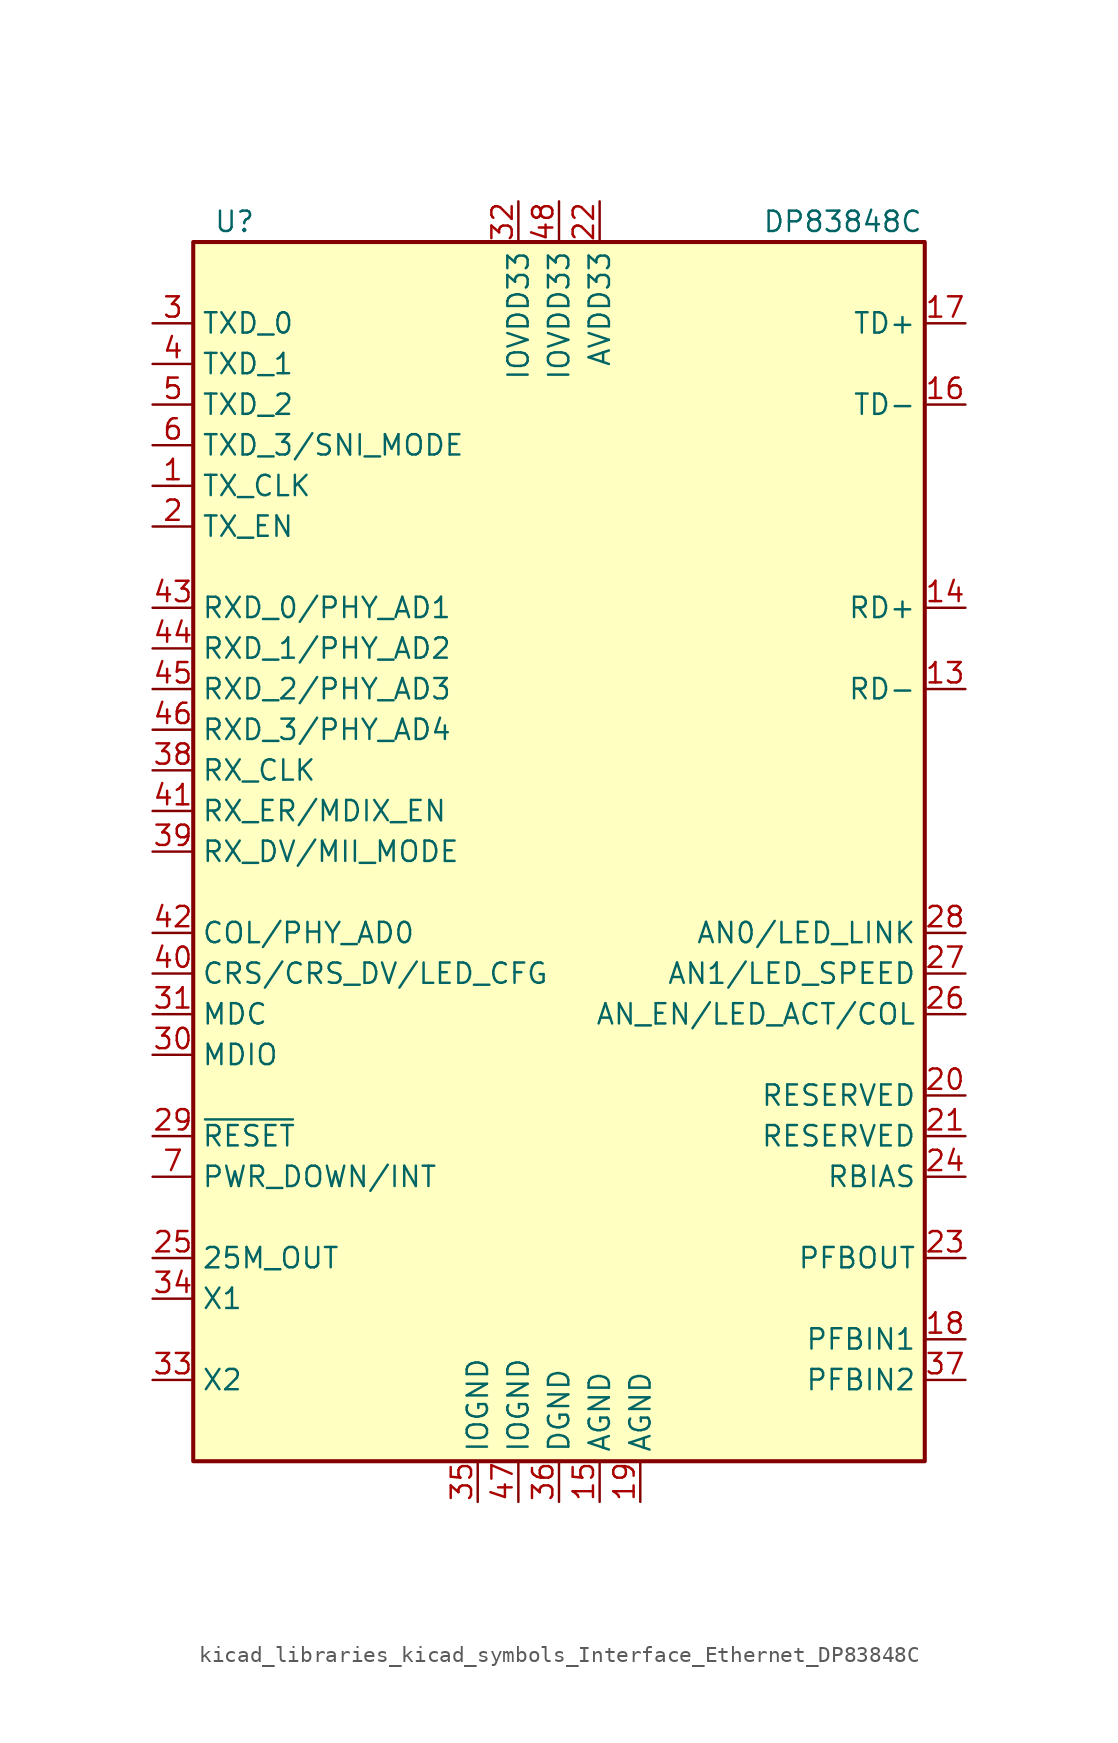
<source format=kicad_sym>
(kicad_symbol_lib
  (version 20220914)
  (generator kicad_symbol_editor)
  (symbol "kicad_libraries_kicad_symbols_Interface_Ethernet_DP83848C"
    (property "Reference" "U"
      (at -21.59 39.37 0)
      (effects (font (size 1.27 1.27)) (justify left)))
    (property "Value" "DP83848C"
      (at 12.7 39.37 0)
      (effects (font (size 1.27 1.27)) (justify left)))
    (symbol "kicad_libraries_kicad_symbols_Interface_Ethernet_DP83848C_0_1"
      (rectangle (start -22.86 38.1) (end 22.86 -38.1) (stroke (width 0.254) (type default)) (fill (type background))))
    (symbol "kicad_libraries_kicad_symbols_Interface_Ethernet_DP83848C_1_1"
      (pin output line (at -25.4 22.86 0) (length 2.54) (name "TX_CLK" (effects (font (size 1.27 1.27)))) (number "1" (effects (font (size 1.27 1.27)))))
      (pin passive line (at 25.4 10.16 180) (length 2.54) (name "RD-" (effects (font (size 1.27 1.27)))) (number "13" (effects (font (size 1.27 1.27)))))
      (pin passive line (at 25.4 15.24 180) (length 2.54) (name "RD+" (effects (font (size 1.27 1.27)))) (number "14" (effects (font (size 1.27 1.27)))))
      (pin power_in line (at 2.54 -40.64 90) (length 2.54) (name "AGND" (effects (font (size 1.27 1.27)))) (number "15" (effects (font (size 1.27 1.27)))))
      (pin passive line (at 25.4 27.94 180) (length 2.54) (name "TD-" (effects (font (size 1.27 1.27)))) (number "16" (effects (font (size 1.27 1.27)))))
      (pin passive line (at 25.4 33.02 180) (length 2.54) (name "TD+" (effects (font (size 1.27 1.27)))) (number "17" (effects (font (size 1.27 1.27)))))
      (pin passive line (at 25.4 -30.48 180) (length 2.54) (name "PFBIN1" (effects (font (size 1.27 1.27)))) (number "18" (effects (font (size 1.27 1.27)))))
      (pin power_in line (at 5.08 -40.64 90) (length 2.54) (name "AGND" (effects (font (size 1.27 1.27)))) (number "19" (effects (font (size 1.27 1.27)))))
      (pin input line (at -25.4 20.32 0) (length 2.54) (name "TX_EN" (effects (font (size 1.27 1.27)))) (number "2" (effects (font (size 1.27 1.27)))))
      (pin passive line (at 25.4 -15.24 180) (length 2.54) (name "RESERVED" (effects (font (size 1.27 1.27)))) (number "20" (effects (font (size 1.27 1.27)))))
      (pin passive line (at 25.4 -17.78 180) (length 2.54) (name "RESERVED" (effects (font (size 1.27 1.27)))) (number "21" (effects (font (size 1.27 1.27)))))
      (pin power_in line (at 2.54 40.64 270) (length 2.54) (name "AVDD33" (effects (font (size 1.27 1.27)))) (number "22" (effects (font (size 1.27 1.27)))))
      (pin passive line (at 25.4 -25.4 180) (length 2.54) (name "PFBOUT" (effects (font (size 1.27 1.27)))) (number "23" (effects (font (size 1.27 1.27)))))
      (pin passive line (at 25.4 -20.32 180) (length 2.54) (name "RBIAS" (effects (font (size 1.27 1.27)))) (number "24" (effects (font (size 1.27 1.27)))))
      (pin output line (at -25.4 -25.4 0) (length 2.54) (name "25M_OUT" (effects (font (size 1.27 1.27)))) (number "25" (effects (font (size 1.27 1.27)))))
      (pin output line (at 25.4 -10.16 180) (length 2.54) (name "AN_EN/LED_ACT/COL" (effects (font (size 1.27 1.27)))) (number "26" (effects (font (size 1.27 1.27)))))
      (pin output line (at 25.4 -7.62 180) (length 2.54) (name "AN1/LED_SPEED" (effects (font (size 1.27 1.27)))) (number "27" (effects (font (size 1.27 1.27)))))
      (pin output line (at 25.4 -5.08 180) (length 2.54) (name "AN0/LED_LINK" (effects (font (size 1.27 1.27)))) (number "28" (effects (font (size 1.27 1.27)))))
      (pin input line (at -25.4 -17.78 0) (length 2.54) (name "~{RESET}" (effects (font (size 1.27 1.27)))) (number "29" (effects (font (size 1.27 1.27)))))
      (pin input line (at -25.4 33.02 0) (length 2.54) (name "TXD_0" (effects (font (size 1.27 1.27)))) (number "3" (effects (font (size 1.27 1.27)))))
      (pin bidirectional line (at -25.4 -12.7 0) (length 2.54) (name "MDIO" (effects (font (size 1.27 1.27)))) (number "30" (effects (font (size 1.27 1.27)))))
      (pin input line (at -25.4 -10.16 0) (length 2.54) (name "MDC" (effects (font (size 1.27 1.27)))) (number "31" (effects (font (size 1.27 1.27)))))
      (pin power_in line (at -2.54 40.64 270) (length 2.54) (name "IOVDD33" (effects (font (size 1.27 1.27)))) (number "32" (effects (font (size 1.27 1.27)))))
      (pin output line (at -25.4 -33.02 0) (length 2.54) (name "X2" (effects (font (size 1.27 1.27)))) (number "33" (effects (font (size 1.27 1.27)))))
      (pin input line (at -25.4 -27.94 0) (length 2.54) (name "X1" (effects (font (size 1.27 1.27)))) (number "34" (effects (font (size 1.27 1.27)))))
      (pin power_in line (at -5.08 -40.64 90) (length 2.54) (name "IOGND" (effects (font (size 1.27 1.27)))) (number "35" (effects (font (size 1.27 1.27)))))
      (pin power_in line (at 0 -40.64 90) (length 2.54) (name "DGND" (effects (font (size 1.27 1.27)))) (number "36" (effects (font (size 1.27 1.27)))))
      (pin passive line (at 25.4 -33.02 180) (length 2.54) (name "PFBIN2" (effects (font (size 1.27 1.27)))) (number "37" (effects (font (size 1.27 1.27)))))
      (pin output line (at -25.4 5.08 0) (length 2.54) (name "RX_CLK" (effects (font (size 1.27 1.27)))) (number "38" (effects (font (size 1.27 1.27)))))
      (pin output line (at -25.4 0 0) (length 2.54) (name "RX_DV/MII_MODE" (effects (font (size 1.27 1.27)))) (number "39" (effects (font (size 1.27 1.27)))))
      (pin input line (at -25.4 30.48 0) (length 2.54) (name "TXD_1" (effects (font (size 1.27 1.27)))) (number "4" (effects (font (size 1.27 1.27)))))
      (pin output line (at -25.4 -7.62 0) (length 2.54) (name "CRS/CRS_DV/LED_CFG" (effects (font (size 1.27 1.27)))) (number "40" (effects (font (size 1.27 1.27)))))
      (pin output line (at -25.4 2.54 0) (length 2.54) (name "RX_ER/MDIX_EN" (effects (font (size 1.27 1.27)))) (number "41" (effects (font (size 1.27 1.27)))))
      (pin output line (at -25.4 -5.08 0) (length 2.54) (name "COL/PHY_AD0" (effects (font (size 1.27 1.27)))) (number "42" (effects (font (size 1.27 1.27)))))
      (pin output line (at -25.4 15.24 0) (length 2.54) (name "RXD_0/PHY_AD1" (effects (font (size 1.27 1.27)))) (number "43" (effects (font (size 1.27 1.27)))))
      (pin output line (at -25.4 12.7 0) (length 2.54) (name "RXD_1/PHY_AD2" (effects (font (size 1.27 1.27)))) (number "44" (effects (font (size 1.27 1.27)))))
      (pin output line (at -25.4 10.16 0) (length 2.54) (name "RXD_2/PHY_AD3" (effects (font (size 1.27 1.27)))) (number "45" (effects (font (size 1.27 1.27)))))
      (pin output line (at -25.4 7.62 0) (length 2.54) (name "RXD_3/PHY_AD4" (effects (font (size 1.27 1.27)))) (number "46" (effects (font (size 1.27 1.27)))))
      (pin power_in line (at -2.54 -40.64 90) (length 2.54) (name "IOGND" (effects (font (size 1.27 1.27)))) (number "47" (effects (font (size 1.27 1.27)))))
      (pin power_in line (at 0 40.64 270) (length 2.54) (name "IOVDD33" (effects (font (size 1.27 1.27)))) (number "48" (effects (font (size 1.27 1.27)))))
      (pin input line (at -25.4 27.94 0) (length 2.54) (name "TXD_2" (effects (font (size 1.27 1.27)))) (number "5" (effects (font (size 1.27 1.27)))))
      (pin input line (at -25.4 25.4 0) (length 2.54) (name "TXD_3/SNI_MODE" (effects (font (size 1.27 1.27)))) (number "6" (effects (font (size 1.27 1.27)))))
      (pin input line (at -25.4 -20.32 0) (length 2.54) (name "PWR_DOWN/INT" (effects (font (size 1.27 1.27)))) (number "7" (effects (font (size 1.27 1.27))))))))
</source>
